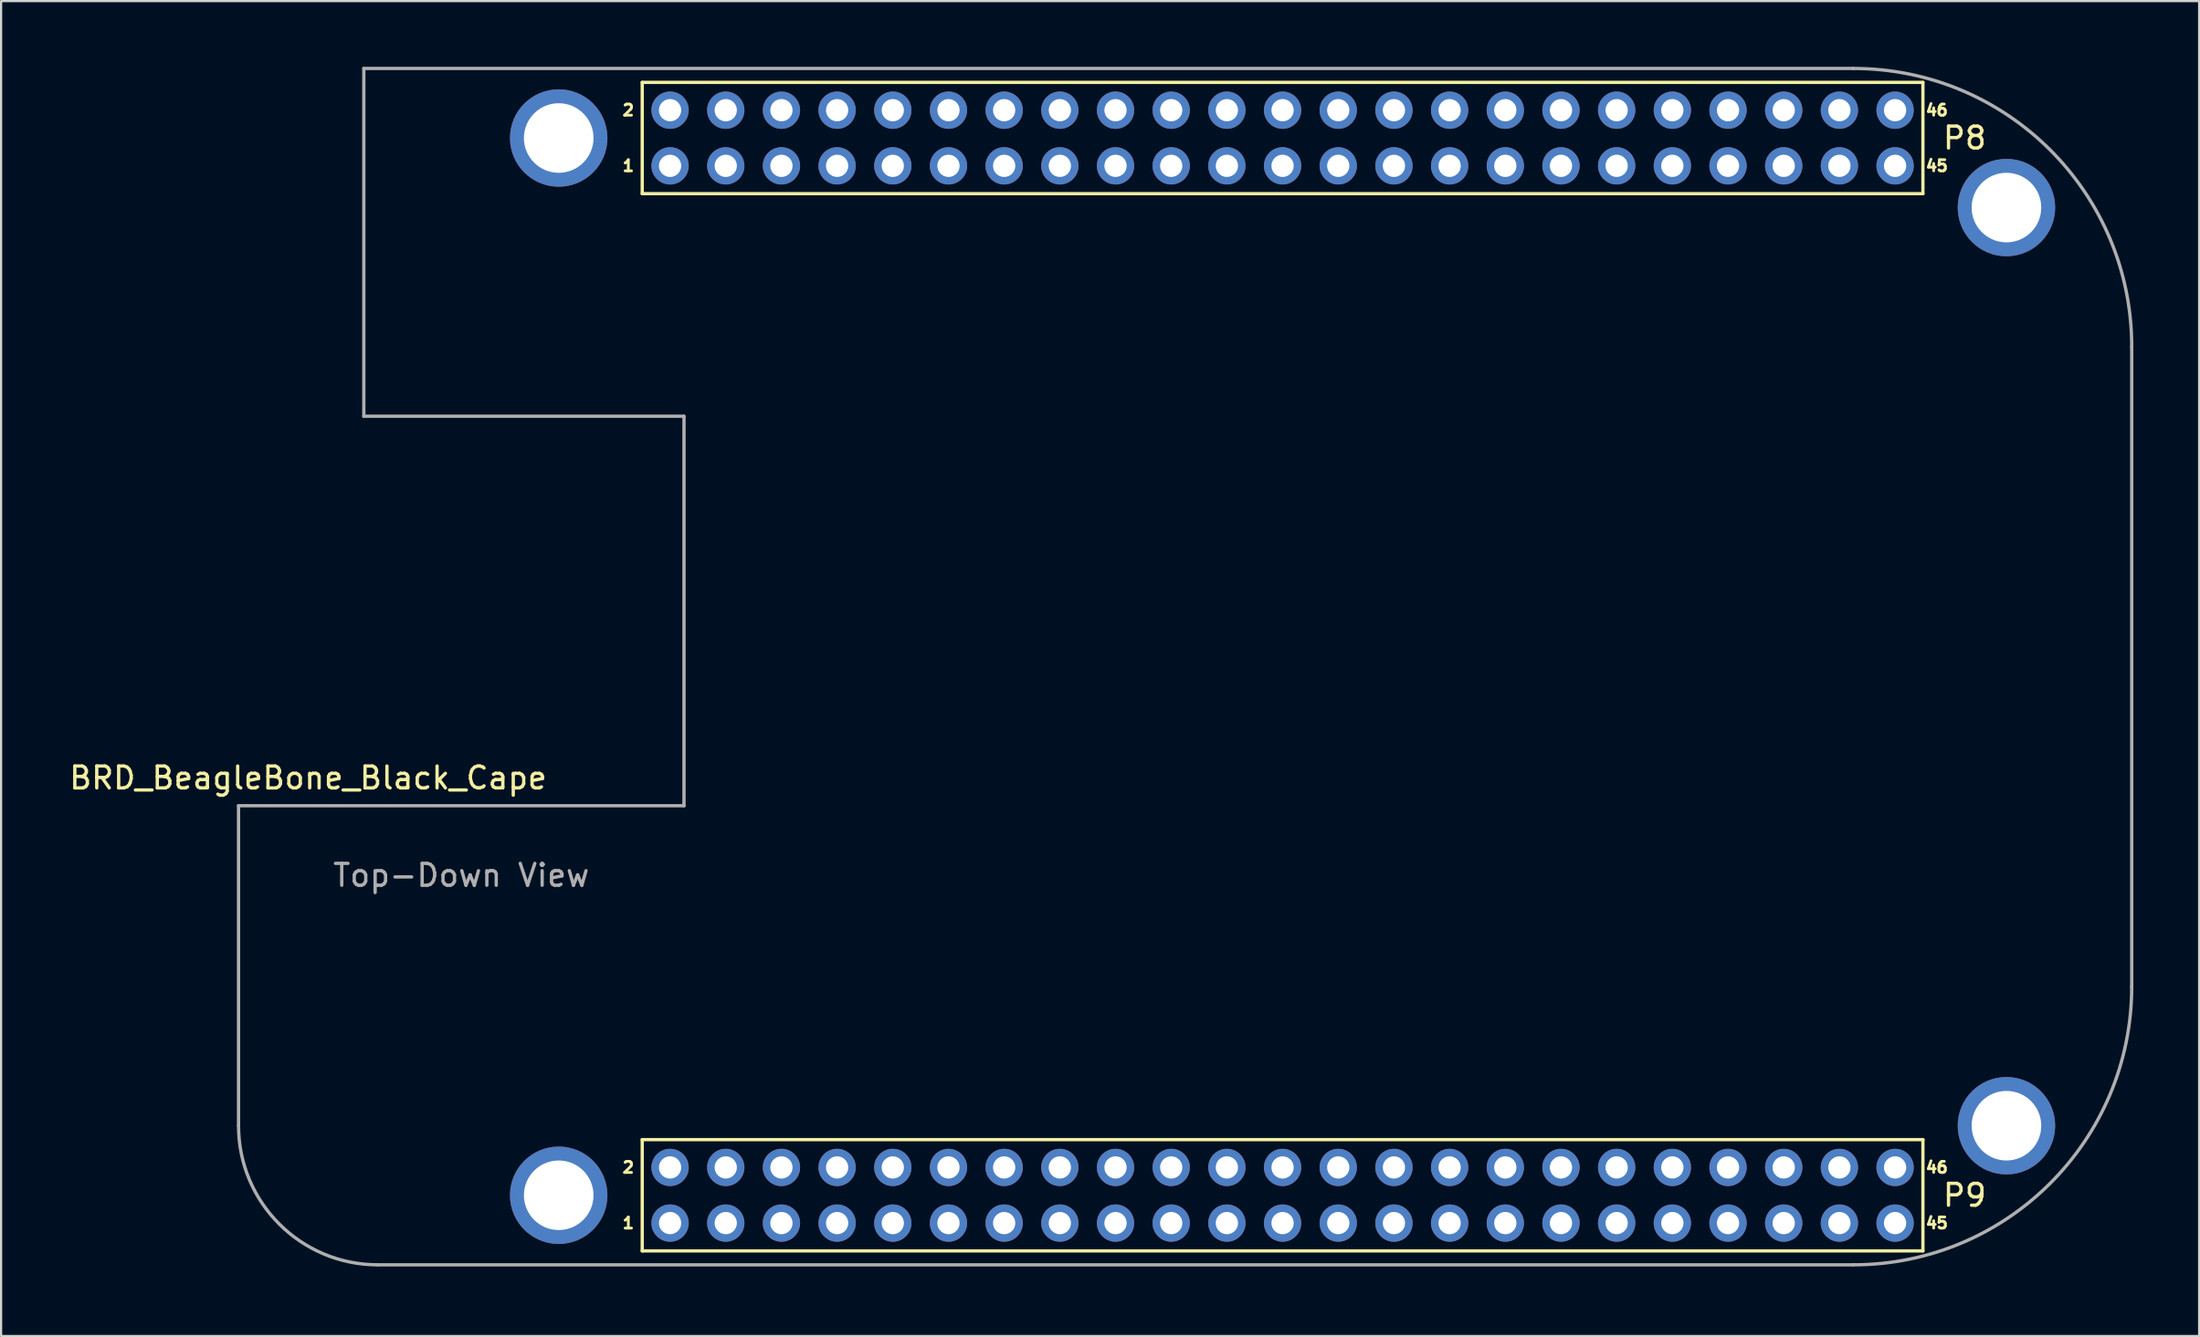
<source format=kicad_pcb>
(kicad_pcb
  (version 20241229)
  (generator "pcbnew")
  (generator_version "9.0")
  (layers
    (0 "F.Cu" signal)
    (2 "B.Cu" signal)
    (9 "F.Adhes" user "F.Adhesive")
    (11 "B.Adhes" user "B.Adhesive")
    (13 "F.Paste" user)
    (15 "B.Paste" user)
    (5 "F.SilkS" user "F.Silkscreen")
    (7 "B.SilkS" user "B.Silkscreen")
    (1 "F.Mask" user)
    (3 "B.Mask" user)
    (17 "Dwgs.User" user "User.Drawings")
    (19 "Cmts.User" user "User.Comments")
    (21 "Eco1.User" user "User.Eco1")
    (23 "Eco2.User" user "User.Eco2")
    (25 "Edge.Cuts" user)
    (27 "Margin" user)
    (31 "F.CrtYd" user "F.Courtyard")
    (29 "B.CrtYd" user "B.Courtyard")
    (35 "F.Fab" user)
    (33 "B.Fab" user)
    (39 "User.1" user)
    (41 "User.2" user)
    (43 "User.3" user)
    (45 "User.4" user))
  (footprint "BRD_BeagleBone_Black_Cape"
    (layer "F.Cu")
    (at 7.831 54.685)
    (property "Reference" "BRD_BeagleBone_Black_Cape" (at 3.175 -22.225 0) (layer "F.SilkS") (effects (font (size 1 1) (thickness 0.15))))
    (attr through_hole)
    (fp_line (start 18.415 -53.975) (end 76.835 -53.975) (stroke (width 0.15) (type solid)) (layer "F.SilkS"))
    (fp_line (start 18.415 -48.895) (end 18.415 -53.975) (stroke (width 0.15) (type solid)) (layer "F.SilkS"))
    (fp_line (start 18.415 -5.715) (end 76.835 -5.715) (stroke (width 0.15) (type solid)) (layer "F.SilkS"))
    (fp_line (start 18.415 -0.635) (end 18.415 -5.715) (stroke (width 0.15) (type solid)) (layer "F.SilkS"))
    (fp_line (start 76.835 -53.975) (end 76.835 -48.895) (stroke (width 0.15) (type solid)) (layer "F.SilkS"))
    (fp_line (start 76.835 -48.895) (end 18.415 -48.895) (stroke (width 0.15) (type solid)) (layer "F.SilkS"))
    (fp_line (start 76.835 -5.715) (end 76.835 -0.635) (stroke (width 0.15) (type solid)) (layer "F.SilkS"))
    (fp_line (start 76.835 -0.635) (end 18.415 -0.635) (stroke (width 0.15) (type solid)) (layer "F.SilkS"))
    (fp_line (start 0 -20.955) (end 20.32 -20.955) (stroke (width 0.15) (type solid)) (layer "F.Fab"))
    (fp_line (start 0 -6.35) (end 0 -20.955) (stroke (width 0.15) (type solid)) (layer "F.Fab"))
    (fp_line (start 5.715 -54.61) (end 73.66 -54.61) (stroke (width 0.15) (type solid)) (layer "F.Fab"))
    (fp_line (start 5.715 -38.735) (end 5.715 -54.61) (stroke (width 0.15) (type solid)) (layer "F.Fab"))
    (fp_line (start 6.35 0) (end 73.66 0) (stroke (width 0.15) (type solid)) (layer "F.Fab"))
    (fp_line (start 20.32 -38.735) (end 5.715 -38.735) (stroke (width 0.15) (type solid)) (layer "F.Fab"))
    (fp_line (start 20.32 -20.955) (end 20.32 -38.735) (stroke (width 0.15) (type solid)) (layer "F.Fab"))
    (fp_line (start 86.36 -12.7) (end 86.36 -41.91) (stroke (width 0.15) (type solid)) (layer "F.Fab"))
    (fp_arc (start 6.35 0) (mid 1.859872 -1.859872) (end 0 -6.35) (stroke (width 0.15) (type solid)) (layer "F.Fab"))
    (fp_arc (start 73.66 -54.61) (mid 82.640256 -50.890256) (end 86.36 -41.91) (stroke (width 0.15) (type solid)) (layer "F.Fab"))
    (fp_arc (start 86.36 -12.7) (mid 82.640256 -3.719744) (end 73.66 0) (stroke (width 0.15) (type solid)) (layer "F.Fab"))
    (fp_text user "46" (at 77.47 -52.705 0) (layer "F.SilkS") (effects (font (size 0.508 0.508) (thickness 0.127))))
    (fp_text user "1" (at 17.78 -1.905 0) (layer "F.SilkS") (effects (font (size 0.508 0.508) (thickness 0.127))))
    (fp_text user "45" (at 77.47 -50.165 0) (layer "F.SilkS") (effects (font (size 0.508 0.508) (thickness 0.127))))
    (fp_text user "P8" (at 78.74 -51.435 0) (layer "F.SilkS") (effects (font (size 1 1) (thickness 0.15))))
    (fp_text user "46" (at 77.47 -4.445 0) (layer "F.SilkS") (effects (font (size 0.508 0.508) (thickness 0.127))))
    (fp_text user "45" (at 77.47 -1.905 0) (layer "F.SilkS") (effects (font (size 0.508 0.508) (thickness 0.127))))
    (fp_text user "2" (at 17.78 -4.445 0) (layer "F.SilkS") (effects (font (size 0.508 0.508) (thickness 0.127))))
    (fp_text user "P9" (at 78.74 -3.175 0) (layer "F.SilkS") (effects (font (size 1 1) (thickness 0.15))))
    (fp_text user "1" (at 17.78 -50.165 0) (layer "F.SilkS") (effects (font (size 0.508 0.508) (thickness 0.127))))
    (fp_text user "2" (at 17.78 -52.705 0) (layer "F.SilkS") (effects (font (size 0.508 0.508) (thickness 0.127))))
    (fp_text user "Top-Down View" (at 10.16 -17.78 0) (layer "F.Fab") (effects (font (size 1 1) (thickness 0.15))))
    (pad "1" thru_hole circle (at 14.605 -51.435) (size 4.445 4.445) (drill 3.175) (layers "*.Cu" "*.Mask"))
    (pad "1" thru_hole circle (at 14.605 -3.175) (size 4.445 4.445) (drill 3.175) (layers "*.Cu" "*.Mask"))
    (pad "1" thru_hole circle (at 80.645 -48.26) (size 4.445 4.445) (drill 3.175) (layers "*.Cu" "*.Mask"))
    (pad "1" thru_hole circle (at 80.645 -6.35) (size 4.445 4.445) (drill 3.175) (layers "*.Cu" "*.Mask"))
    (pad "801" thru_hole circle (at 19.685 -50.165) (size 1.702 1.702) (drill 1.016) (layers "*.Cu" "*.Mask"))
    (pad "802" thru_hole circle (at 19.685 -52.705) (size 1.702 1.702) (drill 1.016) (layers "*.Cu" "*.Mask"))
    (pad "803" thru_hole circle (at 22.225 -50.165) (size 1.702 1.702) (drill 1.016) (layers "*.Cu" "*.Mask"))
    (pad "804" thru_hole circle (at 22.225 -52.705) (size 1.702 1.702) (drill 1.016) (layers "*.Cu" "*.Mask"))
    (pad "805" thru_hole circle (at 24.765 -50.165) (size 1.702 1.702) (drill 1.016) (layers "*.Cu" "*.Mask"))
    (pad "806" thru_hole circle (at 24.765 -52.705) (size 1.702 1.702) (drill 1.016) (layers "*.Cu" "*.Mask"))
    (pad "807" thru_hole circle (at 27.305 -50.165) (size 1.702 1.702) (drill 1.016) (layers "*.Cu" "*.Mask"))
    (pad "808" thru_hole circle (at 27.305 -52.705) (size 1.702 1.702) (drill 1.016) (layers "*.Cu" "*.Mask"))
    (pad "809" thru_hole circle (at 29.845 -50.165) (size 1.702 1.702) (drill 1.016) (layers "*.Cu" "*.Mask"))
    (pad "810" thru_hole circle (at 29.845 -52.705) (size 1.702 1.702) (drill 1.016) (layers "*.Cu" "*.Mask"))
    (pad "811" thru_hole circle (at 32.385 -50.165) (size 1.702 1.702) (drill 1.016) (layers "*.Cu" "*.Mask"))
    (pad "812" thru_hole circle (at 32.385 -52.705) (size 1.702 1.702) (drill 1.016) (layers "*.Cu" "*.Mask"))
    (pad "813" thru_hole circle (at 34.925 -50.165) (size 1.702 1.702) (drill 1.016) (layers "*.Cu" "*.Mask"))
    (pad "814" thru_hole circle (at 34.925 -52.705) (size 1.702 1.702) (drill 1.016) (layers "*.Cu" "*.Mask"))
    (pad "815" thru_hole circle (at 37.465 -50.165) (size 1.702 1.702) (drill 1.016) (layers "*.Cu" "*.Mask"))
    (pad "816" thru_hole circle (at 37.465 -52.705) (size 1.702 1.702) (drill 1.016) (layers "*.Cu" "*.Mask"))
    (pad "817" thru_hole circle (at 40.005 -50.165) (size 1.702 1.702) (drill 1.016) (layers "*.Cu" "*.Mask"))
    (pad "818" thru_hole circle (at 40.005 -52.705) (size 1.702 1.702) (drill 1.016) (layers "*.Cu" "*.Mask"))
    (pad "819" thru_hole circle (at 42.545 -50.165) (size 1.702 1.702) (drill 1.016) (layers "*.Cu" "*.Mask"))
    (pad "820" thru_hole circle (at 42.545 -52.705) (size 1.702 1.702) (drill 1.016) (layers "*.Cu" "*.Mask"))
    (pad "821" thru_hole circle (at 45.085 -50.165) (size 1.702 1.702) (drill 1.016) (layers "*.Cu" "*.Mask"))
    (pad "822" thru_hole circle (at 45.085 -52.705) (size 1.702 1.702) (drill 1.016) (layers "*.Cu" "*.Mask"))
    (pad "823" thru_hole circle (at 47.625 -50.165) (size 1.702 1.702) (drill 1.016) (layers "*.Cu" "*.Mask"))
    (pad "824" thru_hole circle (at 47.625 -52.705) (size 1.702 1.702) (drill 1.016) (layers "*.Cu" "*.Mask"))
    (pad "825" thru_hole circle (at 50.165 -50.165) (size 1.702 1.702) (drill 1.016) (layers "*.Cu" "*.Mask"))
    (pad "826" thru_hole circle (at 50.165 -52.705) (size 1.702 1.702) (drill 1.016) (layers "*.Cu" "*.Mask"))
    (pad "827" thru_hole circle (at 52.705 -50.165) (size 1.702 1.702) (drill 1.016) (layers "*.Cu" "*.Mask"))
    (pad "828" thru_hole circle (at 52.705 -52.705) (size 1.702 1.702) (drill 1.016) (layers "*.Cu" "*.Mask"))
    (pad "829" thru_hole circle (at 55.245 -50.165) (size 1.702 1.702) (drill 1.016) (layers "*.Cu" "*.Mask"))
    (pad "830" thru_hole circle (at 55.245 -52.705) (size 1.702 1.702) (drill 1.016) (layers "*.Cu" "*.Mask"))
    (pad "831" thru_hole circle (at 57.785 -50.165) (size 1.702 1.702) (drill 1.016) (layers "*.Cu" "*.Mask"))
    (pad "832" thru_hole circle (at 57.785 -52.705) (size 1.702 1.702) (drill 1.016) (layers "*.Cu" "*.Mask"))
    (pad "833" thru_hole circle (at 60.325 -50.165) (size 1.702 1.702) (drill 1.016) (layers "*.Cu" "*.Mask"))
    (pad "834" thru_hole circle (at 60.325 -52.705) (size 1.702 1.702) (drill 1.016) (layers "*.Cu" "*.Mask"))
    (pad "835" thru_hole circle (at 62.865 -50.165) (size 1.702 1.702) (drill 1.016) (layers "*.Cu" "*.Mask"))
    (pad "836" thru_hole circle (at 62.865 -52.705) (size 1.702 1.702) (drill 1.016) (layers "*.Cu" "*.Mask"))
    (pad "837" thru_hole circle (at 65.405 -50.165) (size 1.702 1.702) (drill 1.016) (layers "*.Cu" "*.Mask"))
    (pad "838" thru_hole circle (at 65.405 -52.705) (size 1.702 1.702) (drill 1.016) (layers "*.Cu" "*.Mask"))
    (pad "839" thru_hole circle (at 67.945 -50.165) (size 1.702 1.702) (drill 1.016) (layers "*.Cu" "*.Mask"))
    (pad "840" thru_hole circle (at 67.945 -52.705) (size 1.702 1.702) (drill 1.016) (layers "*.Cu" "*.Mask"))
    (pad "841" thru_hole circle (at 70.485 -50.165) (size 1.702 1.702) (drill 1.016) (layers "*.Cu" "*.Mask"))
    (pad "842" thru_hole circle (at 70.485 -52.705) (size 1.702 1.702) (drill 1.016) (layers "*.Cu" "*.Mask"))
    (pad "843" thru_hole circle (at 73.025 -50.165) (size 1.702 1.702) (drill 1.016) (layers "*.Cu" "*.Mask"))
    (pad "844" thru_hole circle (at 73.025 -52.705) (size 1.702 1.702) (drill 1.016) (layers "*.Cu" "*.Mask"))
    (pad "845" thru_hole circle (at 75.565 -50.165) (size 1.702 1.702) (drill 1.016) (layers "*.Cu" "*.Mask"))
    (pad "846" thru_hole circle (at 75.565 -52.705) (size 1.702 1.702) (drill 1.016) (layers "*.Cu" "*.Mask"))
    (pad "901" thru_hole circle (at 19.685 -1.905) (size 1.702 1.702) (drill 1.016) (layers "*.Cu" "*.Mask"))
    (pad "902" thru_hole circle (at 19.685 -4.445) (size 1.702 1.702) (drill 1.016) (layers "*.Cu" "*.Mask"))
    (pad "903" thru_hole circle (at 22.225 -1.905) (size 1.702 1.702) (drill 1.016) (layers "*.Cu" "*.Mask"))
    (pad "904" thru_hole circle (at 22.225 -4.445) (size 1.702 1.702) (drill 1.016) (layers "*.Cu" "*.Mask"))
    (pad "905" thru_hole circle (at 24.765 -1.905) (size 1.702 1.702) (drill 1.016) (layers "*.Cu" "*.Mask"))
    (pad "906" thru_hole circle (at 24.765 -4.445) (size 1.702 1.702) (drill 1.016) (layers "*.Cu" "*.Mask"))
    (pad "907" thru_hole circle (at 27.305 -1.905) (size 1.702 1.702) (drill 1.016) (layers "*.Cu" "*.Mask"))
    (pad "908" thru_hole circle (at 27.305 -4.445) (size 1.702 1.702) (drill 1.016) (layers "*.Cu" "*.Mask"))
    (pad "909" thru_hole circle (at 29.845 -1.905) (size 1.702 1.702) (drill 1.016) (layers "*.Cu" "*.Mask"))
    (pad "910" thru_hole circle (at 29.845 -4.445) (size 1.702 1.702) (drill 1.016) (layers "*.Cu" "*.Mask"))
    (pad "911" thru_hole circle (at 32.385 -1.905) (size 1.702 1.702) (drill 1.016) (layers "*.Cu" "*.Mask"))
    (pad "912" thru_hole circle (at 32.385 -4.445) (size 1.702 1.702) (drill 1.016) (layers "*.Cu" "*.Mask"))
    (pad "913" thru_hole circle (at 34.925 -1.905) (size 1.702 1.702) (drill 1.016) (layers "*.Cu" "*.Mask"))
    (pad "914" thru_hole circle (at 34.925 -4.445) (size 1.702 1.702) (drill 1.016) (layers "*.Cu" "*.Mask"))
    (pad "915" thru_hole circle (at 37.465 -1.905) (size 1.702 1.702) (drill 1.016) (layers "*.Cu" "*.Mask"))
    (pad "916" thru_hole circle (at 37.465 -4.445) (size 1.702 1.702) (drill 1.016) (layers "*.Cu" "*.Mask"))
    (pad "917" thru_hole circle (at 40.005 -1.905) (size 1.702 1.702) (drill 1.016) (layers "*.Cu" "*.Mask"))
    (pad "918" thru_hole circle (at 40.005 -4.445) (size 1.702 1.702) (drill 1.016) (layers "*.Cu" "*.Mask"))
    (pad "919" thru_hole circle (at 42.545 -1.905) (size 1.702 1.702) (drill 1.016) (layers "*.Cu" "*.Mask"))
    (pad "920" thru_hole circle (at 42.545 -4.445) (size 1.702 1.702) (drill 1.016) (layers "*.Cu" "*.Mask"))
    (pad "921" thru_hole circle (at 45.085 -1.905) (size 1.702 1.702) (drill 1.016) (layers "*.Cu" "*.Mask"))
    (pad "922" thru_hole circle (at 45.085 -4.445) (size 1.702 1.702) (drill 1.016) (layers "*.Cu" "*.Mask"))
    (pad "923" thru_hole circle (at 47.625 -1.905) (size 1.702 1.702) (drill 1.016) (layers "*.Cu" "*.Mask"))
    (pad "924" thru_hole circle (at 47.625 -4.445) (size 1.702 1.702) (drill 1.016) (layers "*.Cu" "*.Mask"))
    (pad "925" thru_hole circle (at 50.165 -1.905) (size 1.702 1.702) (drill 1.016) (layers "*.Cu" "*.Mask"))
    (pad "926" thru_hole circle (at 50.165 -4.445) (size 1.702 1.702) (drill 1.016) (layers "*.Cu" "*.Mask"))
    (pad "927" thru_hole circle (at 52.705 -1.905) (size 1.702 1.702) (drill 1.016) (layers "*.Cu" "*.Mask"))
    (pad "928" thru_hole circle (at 52.705 -4.445) (size 1.702 1.702) (drill 1.016) (layers "*.Cu" "*.Mask"))
    (pad "929" thru_hole circle (at 55.245 -1.905) (size 1.702 1.702) (drill 1.016) (layers "*.Cu" "*.Mask"))
    (pad "930" thru_hole circle (at 55.245 -4.445) (size 1.702 1.702) (drill 1.016) (layers "*.Cu" "*.Mask"))
    (pad "931" thru_hole circle (at 57.785 -1.905) (size 1.702 1.702) (drill 1.016) (layers "*.Cu" "*.Mask"))
    (pad "932" thru_hole circle (at 57.785 -4.445) (size 1.702 1.702) (drill 1.016) (layers "*.Cu" "*.Mask"))
    (pad "933" thru_hole circle (at 60.325 -1.905) (size 1.702 1.702) (drill 1.016) (layers "*.Cu" "*.Mask"))
    (pad "934" thru_hole circle (at 60.325 -4.445) (size 1.702 1.702) (drill 1.016) (layers "*.Cu" "*.Mask"))
    (pad "935" thru_hole circle (at 62.865 -1.905) (size 1.702 1.702) (drill 1.016) (layers "*.Cu" "*.Mask"))
    (pad "936" thru_hole circle (at 62.865 -4.445) (size 1.702 1.702) (drill 1.016) (layers "*.Cu" "*.Mask"))
    (pad "937" thru_hole circle (at 65.405 -1.905) (size 1.702 1.702) (drill 1.016) (layers "*.Cu" "*.Mask"))
    (pad "938" thru_hole circle (at 65.405 -4.445) (size 1.702 1.702) (drill 1.016) (layers "*.Cu" "*.Mask"))
    (pad "939" thru_hole circle (at 67.945 -1.905) (size 1.702 1.702) (drill 1.016) (layers "*.Cu" "*.Mask"))
    (pad "940" thru_hole circle (at 67.945 -4.445) (size 1.702 1.702) (drill 1.016) (layers "*.Cu" "*.Mask"))
    (pad "941" thru_hole circle (at 70.485 -1.905) (size 1.702 1.702) (drill 1.016) (layers "*.Cu" "*.Mask"))
    (pad "942" thru_hole circle (at 70.485 -4.445) (size 1.702 1.702) (drill 1.016) (layers "*.Cu" "*.Mask"))
    (pad "943" thru_hole circle (at 73.025 -1.905) (size 1.702 1.702) (drill 1.016) (layers "*.Cu" "*.Mask"))
    (pad "944" thru_hole circle (at 73.025 -4.445) (size 1.702 1.702) (drill 1.016) (layers "*.Cu" "*.Mask"))
    (pad "945" thru_hole circle (at 75.565 -1.905) (size 1.702 1.702) (drill 1.016) (layers "*.Cu" "*.Mask"))
    (pad "946" thru_hole circle (at 75.565 -4.445) (size 1.702 1.702) (drill 1.016) (layers "*.Cu" "*.Mask")))
  (gr_rect
    (start -3 -3)
    (end 97.266 57.935)
    (stroke (width 0.1) (type default))
    (fill no)
    (layer "Edge.Cuts")))
</source>
